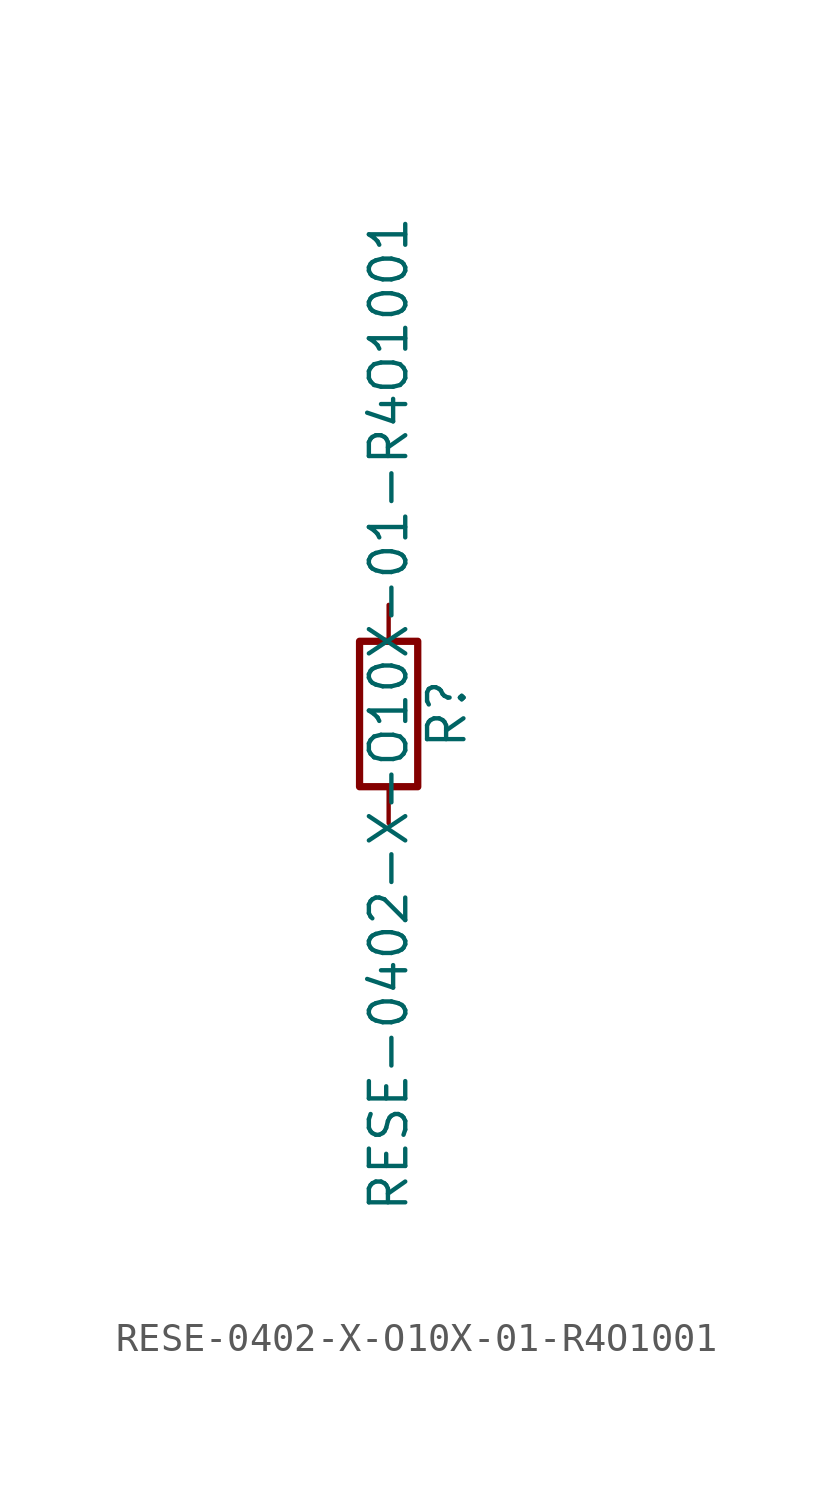
<source format=kicad_sym>
(kicad_symbol_lib
  (version 20211014)
  (generator kicad_symbol_editor)
  (symbol "RESE-0402-X-O10X-01-R4O1001"
    (pin_numbers hide)
    (pin_names
      (offset 0))
    (property "Reference" "R"
      (at 2.032 0 90)
      (effects (font (size 1.27 1.27))))
    (property "Value" "RESE-0402-X-O10X-01-R4O1001"
      (at 0 0 90)
      (effects (font (size 1.27 1.27))))
    (symbol "RESE-0402-X-O10X-01-R4O1001_0_1"
      (rectangle (start -1.016 -2.54) (end 1.016 2.54) (stroke (width 0.254) (type default) (color 0 0 0 0)) (fill (type none))))
    (symbol "RESE-0402-X-O10X-01-R4O1001_1_1"
      (pin passive line (at 0 3.81 270) (length 1.27) (name "~" (effects (font (size 1.27 1.27)))) (number "1" (effects (font (size 1.27 1.27)))))
      (pin passive line (at 0 -3.81 90) (length 1.27) (name "~" (effects (font (size 1.27 1.27)))) (number "2" (effects (font (size 1.27 1.27))))))))
</source>
